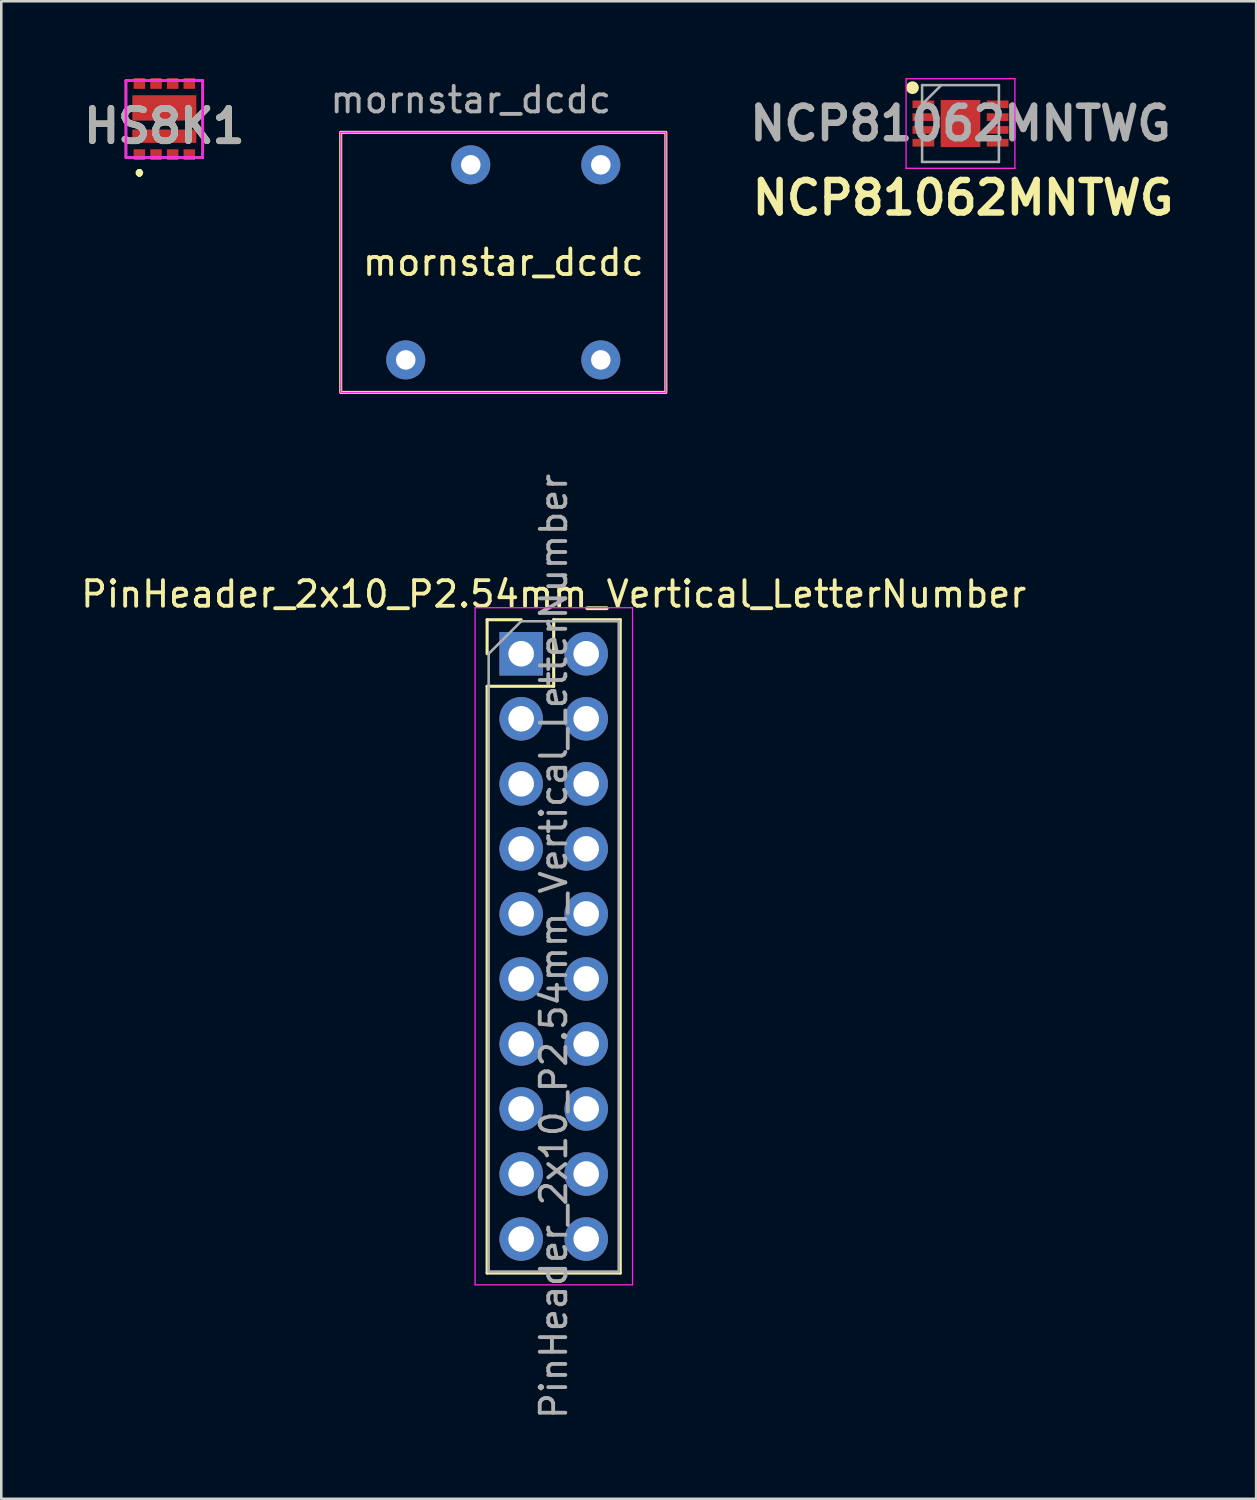
<source format=kicad_pcb>
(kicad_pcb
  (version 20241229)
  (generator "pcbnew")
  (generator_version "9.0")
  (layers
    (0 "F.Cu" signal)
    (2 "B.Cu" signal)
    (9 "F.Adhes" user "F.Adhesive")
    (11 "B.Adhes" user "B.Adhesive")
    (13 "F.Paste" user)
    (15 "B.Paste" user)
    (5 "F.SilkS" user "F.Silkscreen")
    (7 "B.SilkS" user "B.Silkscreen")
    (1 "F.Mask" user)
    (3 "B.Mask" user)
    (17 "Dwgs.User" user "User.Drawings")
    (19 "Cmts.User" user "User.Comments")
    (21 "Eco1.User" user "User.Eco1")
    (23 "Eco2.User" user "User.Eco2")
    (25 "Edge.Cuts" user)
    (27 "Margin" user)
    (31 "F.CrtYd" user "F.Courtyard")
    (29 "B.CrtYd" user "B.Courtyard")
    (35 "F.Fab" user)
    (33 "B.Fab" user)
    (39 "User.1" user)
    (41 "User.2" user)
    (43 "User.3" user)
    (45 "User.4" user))
  (footprint "PinHeader_2x10_P2.54mm_Vertical_LetterNumber"
    (layer "F.Cu")
    (at 17.307 22.486)
    (property "Reference" "PinHeader_2x10_P2.54mm_Vertical_LetterNumber" (at 1.27 -2.33 0) (layer "F.SilkS") (effects (font (size 1 1) (thickness 0.15))))
    (attr through_hole)
    (fp_line (start -1.33 -1.33) (end 0 -1.33) (stroke (width 0.12) (type solid)) (layer "F.SilkS"))
    (fp_line (start -1.33 0) (end -1.33 -1.33) (stroke (width 0.12) (type solid)) (layer "F.SilkS"))
    (fp_line (start -1.33 1.27) (end -1.33 24.19) (stroke (width 0.12) (type solid)) (layer "F.SilkS"))
    (fp_line (start -1.33 1.27) (end 1.27 1.27) (stroke (width 0.12) (type solid)) (layer "F.SilkS"))
    (fp_line (start -1.33 24.19) (end 3.87 24.19) (stroke (width 0.12) (type solid)) (layer "F.SilkS"))
    (fp_line (start 1.27 -1.33) (end 3.87 -1.33) (stroke (width 0.12) (type solid)) (layer "F.SilkS"))
    (fp_line (start 1.27 1.27) (end 1.27 -1.33) (stroke (width 0.12) (type solid)) (layer "F.SilkS"))
    (fp_line (start 3.87 -1.33) (end 3.87 24.19) (stroke (width 0.12) (type solid)) (layer "F.SilkS"))
    (fp_line (start -1.8 -1.8) (end -1.8 24.65) (stroke (width 0.05) (type solid)) (layer "F.CrtYd"))
    (fp_line (start -1.8 24.65) (end 4.35 24.65) (stroke (width 0.05) (type solid)) (layer "F.CrtYd"))
    (fp_line (start 4.35 -1.8) (end -1.8 -1.8) (stroke (width 0.05) (type solid)) (layer "F.CrtYd"))
    (fp_line (start 4.35 24.65) (end 4.35 -1.8) (stroke (width 0.05) (type solid)) (layer "F.CrtYd"))
    (fp_line (start -1.27 0) (end 0 -1.27) (stroke (width 0.1) (type solid)) (layer "F.Fab"))
    (fp_line (start -1.27 24.13) (end -1.27 0) (stroke (width 0.1) (type solid)) (layer "F.Fab"))
    (fp_line (start 0 -1.27) (end 3.81 -1.27) (stroke (width 0.1) (type solid)) (layer "F.Fab"))
    (fp_line (start 3.81 -1.27) (end 3.81 24.13) (stroke (width 0.1) (type solid)) (layer "F.Fab"))
    (fp_line (start 3.81 24.13) (end -1.27 24.13) (stroke (width 0.1) (type solid)) (layer "F.Fab"))
    (fp_text user "${REFERENCE}" (at 1.27 11.43 90) (layer "F.Fab") (effects (font (size 1 1) (thickness 0.15))))
    (pad "a1" thru_hole rect (at 0 0) (size 1.7 1.7) (drill 1) (layers "*.Cu" "*.Mask"))
    (pad "a2" thru_hole oval (at 0 2.54) (size 1.7 1.7) (drill 1) (layers "*.Cu" "*.Mask"))
    (pad "a3" thru_hole oval (at 0 5.08) (size 1.7 1.7) (drill 1) (layers "*.Cu" "*.Mask"))
    (pad "a4" thru_hole oval (at 0 7.62) (size 1.7 1.7) (drill 1) (layers "*.Cu" "*.Mask"))
    (pad "a5" thru_hole oval (at 0 10.16) (size 1.7 1.7) (drill 1) (layers "*.Cu" "*.Mask"))
    (pad "a6" thru_hole oval (at 0 12.7) (size 1.7 1.7) (drill 1) (layers "*.Cu" "*.Mask"))
    (pad "a7" thru_hole oval (at 0 15.24) (size 1.7 1.7) (drill 1) (layers "*.Cu" "*.Mask"))
    (pad "a8" thru_hole oval (at 0 17.78) (size 1.7 1.7) (drill 1) (layers "*.Cu" "*.Mask"))
    (pad "a9" thru_hole oval (at 0 20.32) (size 1.7 1.7) (drill 1) (layers "*.Cu" "*.Mask"))
    (pad "a10" thru_hole oval (at 0 22.86) (size 1.7 1.7) (drill 1) (layers "*.Cu" "*.Mask"))
    (pad "b1" thru_hole oval (at 2.54 0) (size 1.7 1.7) (drill 1) (layers "*.Cu" "*.Mask"))
    (pad "b2" thru_hole oval (at 2.54 2.54) (size 1.7 1.7) (drill 1) (layers "*.Cu" "*.Mask"))
    (pad "b3" thru_hole oval (at 2.54 5.08) (size 1.7 1.7) (drill 1) (layers "*.Cu" "*.Mask"))
    (pad "b4" thru_hole oval (at 2.54 7.62) (size 1.7 1.7) (drill 1) (layers "*.Cu" "*.Mask"))
    (pad "b5" thru_hole oval (at 2.54 10.16) (size 1.7 1.7) (drill 1) (layers "*.Cu" "*.Mask"))
    (pad "b6" thru_hole oval (at 2.54 12.7) (size 1.7 1.7) (drill 1) (layers "*.Cu" "*.Mask"))
    (pad "b7" thru_hole oval (at 2.54 15.24) (size 1.7 1.7) (drill 1) (layers "*.Cu" "*.Mask"))
    (pad "b8" thru_hole oval (at 2.54 17.78) (size 1.7 1.7) (drill 1) (layers "*.Cu" "*.Mask"))
    (pad "b9" thru_hole oval (at 2.54 20.32) (size 1.7 1.7) (drill 1) (layers "*.Cu" "*.Mask"))
    (pad "b10" thru_hole oval (at 2.54 22.86) (size 1.7 1.7) (drill 1) (layers "*.Cu" "*.Mask")))
  (footprint "mornstar_dcdc"
    (layer "F.Cu")
    (at 15.338 3.388)
    (property "Reference" "mornstar_dcdc" (at 1.27 3.81 0) (unlocked yes) (layer "F.SilkS") (effects (font (size 1 1) (thickness 0.15))))
    (attr through_hole)
    (fp_rect (start 7.62 -1.27) (end -5.08 8.89) (stroke (width 0.12) (type solid)) (fill no) (layer "F.SilkS"))
    (fp_rect (start 7.62 -1.27) (end -5.08 8.89) (stroke (width 0.05) (type solid)) (fill no) (layer "F.CrtYd"))
    (fp_text user "${REFERENCE}" (at 0 -2.54 0) (unlocked yes) (layer "F.Fab") (effects (font (size 1 1) (thickness 0.15))))
    (pad "1" thru_hole circle (at -2.54 7.62) (size 1.524 1.524) (drill 0.762) (layers "*.Cu" "*.Mask"))
    (pad "2" thru_hole circle (at 5.08 7.62) (size 1.524 1.524) (drill 0.762) (layers "*.Cu" "*.Mask"))
    (pad "3" thru_hole circle (at 5.08 0) (size 1.524 1.524) (drill 0.762) (layers "*.Cu" "*.Mask"))
    (pad "4" thru_hole circle (at 0 0) (size 1.524 1.524) (drill 0.762) (layers "*.Cu" "*.Mask")))
  (footprint "NCP81062MNTWG"
    (layer "F.Cu")
    (at 34.467 1.775)
    (property "Reference" "NCP81062MNTWG" (at 0.1 2.9 0) (layer "F.SilkS") (effects (font (size 1.27 1.27) (thickness 0.254))))
    (attr smd)
    (fp_circle (center -1.875 -1.4) (end -1.875 -1.275) (stroke (width 0.25) (type solid)) (fill no) (layer "F.SilkS"))
    (fp_line (start -2.125 -1.75) (end 2.125 -1.75) (stroke (width 0.05) (type solid)) (layer "F.CrtYd"))
    (fp_line (start -2.125 1.75) (end -2.125 -1.75) (stroke (width 0.05) (type solid)) (layer "F.CrtYd"))
    (fp_line (start 2.125 -1.75) (end 2.125 1.75) (stroke (width 0.05) (type solid)) (layer "F.CrtYd"))
    (fp_line (start 2.125 1.75) (end -2.125 1.75) (stroke (width 0.05) (type solid)) (layer "F.CrtYd"))
    (fp_line (start -1.5 -1.5) (end 1.5 -1.5) (stroke (width 0.1) (type solid)) (layer "F.Fab"))
    (fp_line (start -1.5 -0.75) (end -0.75 -1.5) (stroke (width 0.1) (type solid)) (layer "F.Fab"))
    (fp_line (start -1.5 1.5) (end -1.5 -1.5) (stroke (width 0.1) (type solid)) (layer "F.Fab"))
    (fp_line (start 1.5 -1.5) (end 1.5 1.5) (stroke (width 0.1) (type solid)) (layer "F.Fab"))
    (fp_line (start 1.5 1.5) (end -1.5 1.5) (stroke (width 0.1) (type solid)) (layer "F.Fab"))
    (fp_text user "${REFERENCE}" (at 0 0 0) (layer "F.Fab") (effects (font (size 1.27 1.27) (thickness 0.254))))
    (pad "1" smd rect (at -1.45 -0.75 90) (size 0.3 0.85) (layers "F.Cu" "F.Mask" "F.Paste"))
    (pad "2" smd rect (at -1.45 -0.25 90) (size 0.3 0.85) (layers "F.Cu" "F.Mask" "F.Paste"))
    (pad "3" smd rect (at -1.45 0.25 90) (size 0.3 0.85) (layers "F.Cu" "F.Mask" "F.Paste"))
    (pad "4" smd rect (at -1.45 0.75 90) (size 0.3 0.85) (layers "F.Cu" "F.Mask" "F.Paste"))
    (pad "5" smd rect (at 1.45 0.75 90) (size 0.3 0.85) (layers "F.Cu" "F.Mask" "F.Paste"))
    (pad "6" smd rect (at 1.45 0.25 90) (size 0.3 0.85) (layers "F.Cu" "F.Mask" "F.Paste"))
    (pad "7" smd rect (at 1.45 -0.25 90) (size 0.3 0.85) (layers "F.Cu" "F.Mask" "F.Paste"))
    (pad "8" smd rect (at 1.45 -0.75 90) (size 0.3 0.85) (layers "F.Cu" "F.Mask" "F.Paste"))
    (pad "9" smd rect (at 0 0) (size 1.55 1.84) (layers "F.Cu" "F.Mask" "F.Paste")))
  (footprint "HS8K1"
    (layer "F.Cu")
    (at 3.369 1.6)
    (property "Reference" "HS8K1" (at 0 0.275 0) (layer "F.SilkS") (effects (font (size 1.27 1.27) (thickness 0.254))))
    (attr smd)
    (fp_line (start -0.975 2.05) (end -0.975 2.05) (stroke (width 0.2) (type solid)) (layer "F.SilkS"))
    (fp_line (start -0.975 2.15) (end -0.975 2.05) (stroke (width 0.2) (type solid)) (layer "F.SilkS"))
    (fp_line (start -0.975 2.15) (end -0.975 2.15) (stroke (width 0.2) (type solid)) (layer "F.SilkS"))
    (fp_arc (start -0.975 2.05) (mid -0.925 2.1) (end -0.975 2.15) (stroke (width 0.2) (type solid)) (layer "F.SilkS"))
    (fp_arc (start -0.975 2.15) (mid -1.025 2.1) (end -0.975 2.05) (stroke (width 0.2) (type solid)) (layer "F.SilkS"))
    (fp_line (start -1.5 -1.5) (end 1.5 -1.5) (stroke (width 0.1) (type solid)) (layer "F.CrtYd"))
    (fp_line (start -1.5 1.5) (end -1.5 -1.5) (stroke (width 0.1) (type solid)) (layer "F.CrtYd"))
    (fp_line (start -1.5 1.5) (end 1.5 1.5) (stroke (width 0.1) (type solid)) (layer "F.CrtYd"))
    (fp_line (start 1.5 1.5) (end 1.5 -1.5) (stroke (width 0.1) (type solid)) (layer "F.CrtYd"))
    (fp_line (start -1.5 -1.5) (end -1.5 1.5) (stroke (width 0.1) (type solid)) (layer "F.Fab"))
    (fp_line (start -1.5 1.5) (end 1.5 1.5) (stroke (width 0.1) (type solid)) (layer "F.Fab"))
    (fp_line (start 1.5 -1.5) (end -1.5 -1.5) (stroke (width 0.1) (type solid)) (layer "F.Fab"))
    (fp_line (start 1.5 1.5) (end 1.5 -1.5) (stroke (width 0.1) (type solid)) (layer "F.Fab"))
    (fp_text user "${REFERENCE}" (at 0 0.275 0) (layer "F.Fab") (effects (font (size 1.27 1.27) (thickness 0.254))))
    (pad "1" smd rect (at -0.975 1.39 90) (size 0.42 0.45) (layers "F.Cu" "F.Mask" "F.Paste"))
    (pad "2" smd rect (at -0.325 1.39 90) (size 0.42 0.45) (layers "F.Cu" "F.Mask" "F.Paste"))
    (pad "3" smd rect (at 0.325 1.39 90) (size 0.42 0.45) (layers "F.Cu" "F.Mask" "F.Paste"))
    (pad "4" smd rect (at 0.975 1.39 90) (size 0.42 0.45) (layers "F.Cu" "F.Mask" "F.Paste"))
    (pad "5" smd rect (at 0.975 -1.39 90) (size 0.42 0.45) (layers "F.Cu" "F.Mask" "F.Paste"))
    (pad "6" smd rect (at 0.325 -1.39 90) (size 0.42 0.45) (layers "F.Cu" "F.Mask" "F.Paste"))
    (pad "7" smd rect (at -0.325 -1.39 90) (size 0.42 0.45) (layers "F.Cu" "F.Mask" "F.Paste"))
    (pad "8" smd rect (at -0.975 -1.39 90) (size 0.42 0.45) (layers "F.Cu" "F.Mask" "F.Paste"))
    (pad "9" smd rect (at 0 -0.435 90) (size 0.99 2.5) (layers "F.Cu" "F.Mask" "F.Paste"))
    (pad "10" smd rect (at 0 0.67 90) (size 0.52 2.5) (layers "F.Cu" "F.Mask" "F.Paste")))
  (gr_rect
    (start -3 -3)
    (end 46.015 55.493)
    (stroke (width 0.1) (type default))
    (fill no)
    (layer "Edge.Cuts")))
</source>
